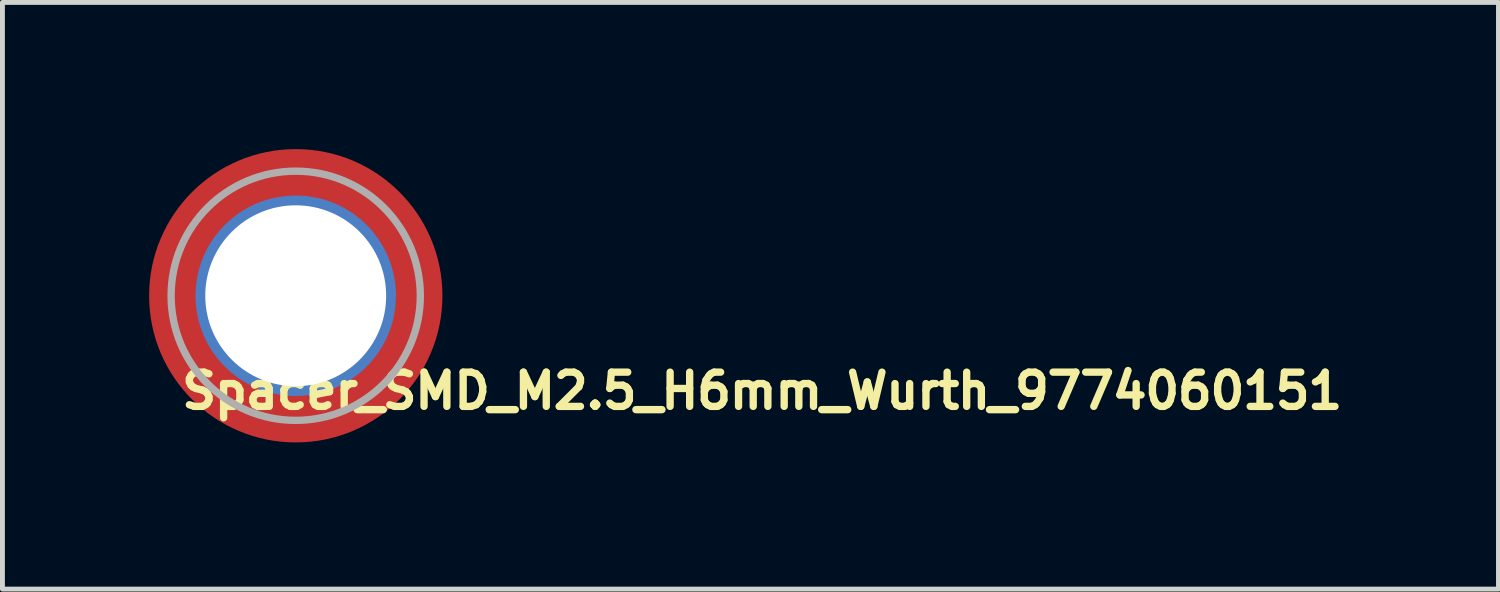
<source format=kicad_pcb>
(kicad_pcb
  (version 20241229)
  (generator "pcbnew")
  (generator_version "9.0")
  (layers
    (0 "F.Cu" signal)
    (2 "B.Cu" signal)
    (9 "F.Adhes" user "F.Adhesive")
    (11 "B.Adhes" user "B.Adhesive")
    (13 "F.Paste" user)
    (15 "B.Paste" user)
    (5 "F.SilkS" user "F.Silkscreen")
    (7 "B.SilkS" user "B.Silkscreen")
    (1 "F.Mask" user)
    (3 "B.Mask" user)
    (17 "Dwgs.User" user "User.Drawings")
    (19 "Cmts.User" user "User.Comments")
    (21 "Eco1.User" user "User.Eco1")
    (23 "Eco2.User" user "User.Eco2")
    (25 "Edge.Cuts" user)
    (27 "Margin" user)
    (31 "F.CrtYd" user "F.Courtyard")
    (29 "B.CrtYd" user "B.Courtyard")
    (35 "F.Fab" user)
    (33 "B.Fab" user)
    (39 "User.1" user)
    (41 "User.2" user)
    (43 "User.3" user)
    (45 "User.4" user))
  (footprint "Spacer_SMD_M2.5_H6mm_Wurth_9774060151"
    (layer "F.Cu")
    (at 3 3)
    (property "Reference" "Spacer_SMD_M2.5_H6mm_Wurth_9774060151" (at -2.408 2.356 180) (layer "F.SilkS") (effects (font (size 0.7 0.7) (thickness 0.15)) (justify left bottom)))
    (attr smd)
    (fp_circle (center 0 0) (end 2.522 0) (stroke (width 0.8) (type solid)) (fill no) (layer "F.Paste"))
    (fp_circle (center -0.001 0) (end 2.548 0) (stroke (width 0.15) (type solid)) (fill no) (layer "F.Fab"))
    (fp_line (start -2.551 0) (end -2.551 0) (stroke (width 0.02) (type solid)) (layer "User.9"))
    (fp_line (start -2.551 0) (end -2.548 -0.133) (stroke (width 0.02) (type solid)) (layer "User.9"))
    (fp_line (start -2.548 -0.133) (end -2.537 -0.262) (stroke (width 0.02) (type solid)) (layer "User.9"))
    (fp_line (start -2.548 0.131) (end -2.551 0) (stroke (width 0.02) (type solid)) (layer "User.9"))
    (fp_line (start -2.537 -0.262) (end -2.521 -0.39) (stroke (width 0.02) (type solid)) (layer "User.9"))
    (fp_line (start -2.537 0.26) (end -2.548 0.131) (stroke (width 0.02) (type solid)) (layer "User.9"))
    (fp_line (start -2.521 -0.39) (end -2.5 -0.515) (stroke (width 0.02) (type solid)) (layer "User.9"))
    (fp_line (start -2.521 0.388) (end -2.537 0.26) (stroke (width 0.02) (type solid)) (layer "User.9"))
    (fp_line (start -2.5 -0.515) (end -2.471 -0.638) (stroke (width 0.02) (type solid)) (layer "User.9"))
    (fp_line (start -2.5 0.513) (end -2.521 0.388) (stroke (width 0.02) (type solid)) (layer "User.9"))
    (fp_line (start -2.471 -0.638) (end -2.436 -0.759) (stroke (width 0.02) (type solid)) (layer "User.9"))
    (fp_line (start -2.471 0.636) (end -2.5 0.513) (stroke (width 0.02) (type solid)) (layer "User.9"))
    (fp_line (start -2.436 -0.759) (end -2.396 -0.877) (stroke (width 0.02) (type solid)) (layer "User.9"))
    (fp_line (start -2.436 0.757) (end -2.471 0.636) (stroke (width 0.02) (type solid)) (layer "User.9"))
    (fp_line (start -2.396 -0.877) (end -2.351 -0.993) (stroke (width 0.02) (type solid)) (layer "User.9"))
    (fp_line (start -2.396 0.875) (end -2.436 0.757) (stroke (width 0.02) (type solid)) (layer "User.9"))
    (fp_line (start -2.351 -0.993) (end -2.3 -1.107) (stroke (width 0.02) (type solid)) (layer "User.9"))
    (fp_line (start -2.351 0.991) (end -2.396 0.875) (stroke (width 0.02) (type solid)) (layer "User.9"))
    (fp_line (start -2.3 -1.107) (end -2.244 -1.216) (stroke (width 0.02) (type solid)) (layer "User.9"))
    (fp_line (start -2.3 1.104) (end -2.351 0.991) (stroke (width 0.02) (type solid)) (layer "User.9"))
    (fp_line (start -2.244 -1.216) (end -2.181 -1.323) (stroke (width 0.02) (type solid)) (layer "User.9"))
    (fp_line (start -2.244 1.215) (end -2.3 1.104) (stroke (width 0.02) (type solid)) (layer "User.9"))
    (fp_line (start -2.181 -1.323) (end -2.115 -1.426) (stroke (width 0.02) (type solid)) (layer "User.9"))
    (fp_line (start -2.181 1.322) (end -2.244 1.215) (stroke (width 0.02) (type solid)) (layer "User.9"))
    (fp_line (start -2.115 -1.426) (end -2.045 -1.526) (stroke (width 0.02) (type solid)) (layer "User.9"))
    (fp_line (start -2.115 1.425) (end -2.181 1.322) (stroke (width 0.02) (type solid)) (layer "User.9"))
    (fp_line (start -2.045 -1.526) (end -1.968 -1.623) (stroke (width 0.02) (type solid)) (layer "User.9"))
    (fp_line (start -2.045 1.525) (end -2.115 1.425) (stroke (width 0.02) (type solid)) (layer "User.9"))
    (fp_line (start -1.968 -1.623) (end -1.888 -1.716) (stroke (width 0.02) (type solid)) (layer "User.9"))
    (fp_line (start -1.968 1.622) (end -2.045 1.525) (stroke (width 0.02) (type solid)) (layer "User.9"))
    (fp_line (start -1.888 -1.716) (end -1.805 -1.805) (stroke (width 0.02) (type solid)) (layer "User.9"))
    (fp_line (start -1.888 1.713) (end -1.968 1.622) (stroke (width 0.02) (type solid)) (layer "User.9"))
    (fp_line (start -1.805 -1.805) (end -1.715 -1.889) (stroke (width 0.02) (type solid)) (layer "User.9"))
    (fp_line (start -1.805 1.802) (end -1.888 1.713) (stroke (width 0.02) (type solid)) (layer "User.9"))
    (fp_line (start -1.715 -1.889) (end -1.623 -1.968) (stroke (width 0.02) (type solid)) (layer "User.9"))
    (fp_line (start -1.715 1.886) (end -1.805 1.802) (stroke (width 0.02) (type solid)) (layer "User.9"))
    (fp_line (start -1.623 -1.968) (end -1.526 -2.044) (stroke (width 0.02) (type solid)) (layer "User.9"))
    (fp_line (start -1.623 1.967) (end -1.715 1.886) (stroke (width 0.02) (type solid)) (layer "User.9"))
    (fp_line (start -1.526 -2.044) (end -1.426 -2.116) (stroke (width 0.02) (type solid)) (layer "User.9"))
    (fp_line (start -1.526 2.043) (end -1.623 1.967) (stroke (width 0.02) (type solid)) (layer "User.9"))
    (fp_line (start -1.426 -2.116) (end -1.324 -2.182) (stroke (width 0.02) (type solid)) (layer "User.9"))
    (fp_line (start -1.426 2.113) (end -1.526 2.043) (stroke (width 0.02) (type solid)) (layer "User.9"))
    (fp_line (start -1.324 -2.182) (end -1.216 -2.243) (stroke (width 0.02) (type solid)) (layer "User.9"))
    (fp_line (start -1.324 2.18) (end -1.426 2.113) (stroke (width 0.02) (type solid)) (layer "User.9"))
    (fp_line (start -1.216 -2.243) (end -1.107 -2.299) (stroke (width 0.02) (type solid)) (layer "User.9"))
    (fp_line (start -1.216 2.241) (end -1.324 2.18) (stroke (width 0.02) (type solid)) (layer "User.9"))
    (fp_line (start -1.107 -2.299) (end -0.994 -2.351) (stroke (width 0.02) (type solid)) (layer "User.9"))
    (fp_line (start -1.107 2.297) (end -1.216 2.241) (stroke (width 0.02) (type solid)) (layer "User.9"))
    (fp_line (start -1.007 0) (end -1.007 0) (stroke (width 0.02) (type solid)) (layer "User.9"))
    (fp_line (start -1.007 0) (end -1.006 -0.053) (stroke (width 0.02) (type solid)) (layer "User.9"))
    (fp_line (start -1.006 -0.053) (end -1.002 -0.104) (stroke (width 0.02) (type solid)) (layer "User.9"))
    (fp_line (start -1.006 0.051) (end -1.007 0) (stroke (width 0.02) (type solid)) (layer "User.9"))
    (fp_line (start -1.002 -0.104) (end -0.995 -0.154) (stroke (width 0.02) (type solid)) (layer "User.9"))
    (fp_line (start -1.002 0.102) (end -1.006 0.051) (stroke (width 0.02) (type solid)) (layer "User.9"))
    (fp_line (start -0.995 -0.154) (end -0.987 -0.204) (stroke (width 0.02) (type solid)) (layer "User.9"))
    (fp_line (start -0.995 0.152) (end -1.002 0.102) (stroke (width 0.02) (type solid)) (layer "User.9"))
    (fp_line (start -0.994 -2.351) (end -0.877 -2.396) (stroke (width 0.02) (type solid)) (layer "User.9"))
    (fp_line (start -0.994 2.349) (end -1.107 2.297) (stroke (width 0.02) (type solid)) (layer "User.9"))
    (fp_line (start -0.987 -0.204) (end -0.975 -0.252) (stroke (width 0.02) (type solid)) (layer "User.9"))
    (fp_line (start -0.987 0.202) (end -0.995 0.152) (stroke (width 0.02) (type solid)) (layer "User.9"))
    (fp_line (start -0.975 -0.252) (end -0.962 -0.3) (stroke (width 0.02) (type solid)) (layer "User.9"))
    (fp_line (start -0.975 0.25) (end -0.987 0.202) (stroke (width 0.02) (type solid)) (layer "User.9"))
    (fp_line (start -0.962 -0.3) (end -0.946 -0.348) (stroke (width 0.02) (type solid)) (layer "User.9"))
    (fp_line (start -0.962 0.298) (end -0.975 0.25) (stroke (width 0.02) (type solid)) (layer "User.9"))
    (fp_line (start -0.946 -0.348) (end -0.929 -0.393) (stroke (width 0.02) (type solid)) (layer "User.9"))
    (fp_line (start -0.946 0.346) (end -0.962 0.298) (stroke (width 0.02) (type solid)) (layer "User.9"))
    (fp_line (start -0.929 -0.393) (end -0.909 -0.437) (stroke (width 0.02) (type solid)) (layer "User.9"))
    (fp_line (start -0.929 0.391) (end -0.946 0.346) (stroke (width 0.02) (type solid)) (layer "User.9"))
    (fp_line (start -0.909 -0.437) (end -0.886 -0.48) (stroke (width 0.02) (type solid)) (layer "User.9"))
    (fp_line (start -0.909 0.435) (end -0.929 0.391) (stroke (width 0.02) (type solid)) (layer "User.9"))
    (fp_line (start -0.886 -0.48) (end -0.861 -0.523) (stroke (width 0.02) (type solid)) (layer "User.9"))
    (fp_line (start -0.886 0.479) (end -0.909 0.435) (stroke (width 0.02) (type solid)) (layer "User.9"))
    (fp_line (start -0.877 -2.396) (end -0.76 -2.436) (stroke (width 0.02) (type solid)) (layer "User.9"))
    (fp_line (start -0.877 2.394) (end -0.994 2.349) (stroke (width 0.02) (type solid)) (layer "User.9"))
    (fp_line (start -0.861 -0.523) (end -0.836 -0.564) (stroke (width 0.02) (type solid)) (layer "User.9"))
    (fp_line (start -0.861 0.521) (end -0.886 0.479) (stroke (width 0.02) (type solid)) (layer "User.9"))
    (fp_line (start -0.836 -0.564) (end -0.808 -0.603) (stroke (width 0.02) (type solid)) (layer "User.9"))
    (fp_line (start -0.836 0.562) (end -0.861 0.521) (stroke (width 0.02) (type solid)) (layer "User.9"))
    (fp_line (start -0.808 -0.603) (end -0.777 -0.642) (stroke (width 0.02) (type solid)) (layer "User.9"))
    (fp_line (start -0.808 0.601) (end -0.836 0.562) (stroke (width 0.02) (type solid)) (layer "User.9"))
    (fp_line (start -0.777 -0.642) (end -0.747 -0.678) (stroke (width 0.02) (type solid)) (layer "User.9"))
    (fp_line (start -0.777 0.64) (end -0.808 0.601) (stroke (width 0.02) (type solid)) (layer "User.9"))
    (fp_line (start -0.76 -2.436) (end -0.639 -2.471) (stroke (width 0.02) (type solid)) (layer "User.9"))
    (fp_line (start -0.76 2.435) (end -0.877 2.394) (stroke (width 0.02) (type solid)) (layer "User.9"))
    (fp_line (start -0.747 -0.678) (end -0.712 -0.712) (stroke (width 0.02) (type solid)) (layer "User.9"))
    (fp_line (start -0.747 0.676) (end -0.777 0.64) (stroke (width 0.02) (type solid)) (layer "User.9"))
    (fp_line (start -0.712 -0.712) (end -0.677 -0.746) (stroke (width 0.02) (type solid)) (layer "User.9"))
    (fp_line (start -0.712 0.71) (end -0.747 0.676) (stroke (width 0.02) (type solid)) (layer "User.9"))
    (fp_line (start -0.677 -0.746) (end -0.642 -0.778) (stroke (width 0.02) (type solid)) (layer "User.9"))
    (fp_line (start -0.677 0.744) (end -0.712 0.71) (stroke (width 0.02) (type solid)) (layer "User.9"))
    (fp_line (start -0.642 -0.778) (end -0.603 -0.808) (stroke (width 0.02) (type solid)) (layer "User.9"))
    (fp_line (start -0.642 0.776) (end -0.677 0.744) (stroke (width 0.02) (type solid)) (layer "User.9"))
    (fp_line (start -0.639 -2.471) (end -0.514 -2.5) (stroke (width 0.02) (type solid)) (layer "User.9"))
    (fp_line (start -0.639 2.468) (end -0.76 2.435) (stroke (width 0.02) (type solid)) (layer "User.9"))
    (fp_line (start -0.603 -0.808) (end -0.563 -0.835) (stroke (width 0.02) (type solid)) (layer "User.9"))
    (fp_line (start -0.603 0.806) (end -0.642 0.776) (stroke (width 0.02) (type solid)) (layer "User.9"))
    (fp_line (start -0.563 -0.835) (end -0.523 -0.861) (stroke (width 0.02) (type solid)) (layer "User.9"))
    (fp_line (start -0.563 0.833) (end -0.603 0.806) (stroke (width 0.02) (type solid)) (layer "User.9"))
    (fp_line (start -0.523 -0.861) (end -0.481 -0.886) (stroke (width 0.02) (type solid)) (layer "User.9"))
    (fp_line (start -0.523 0.859) (end -0.563 0.833) (stroke (width 0.02) (type solid)) (layer "User.9"))
    (fp_line (start -0.514 -2.5) (end -0.389 -2.521) (stroke (width 0.02) (type solid)) (layer "User.9"))
    (fp_line (start -0.514 2.498) (end -0.639 2.468) (stroke (width 0.02) (type solid)) (layer "User.9"))
    (fp_line (start -0.481 -0.886) (end -0.438 -0.909) (stroke (width 0.02) (type solid)) (layer "User.9"))
    (fp_line (start -0.481 0.884) (end -0.523 0.859) (stroke (width 0.02) (type solid)) (layer "User.9"))
    (fp_line (start -0.438 -0.909) (end -0.393 -0.929) (stroke (width 0.02) (type solid)) (layer "User.9"))
    (fp_line (start -0.438 0.907) (end -0.481 0.884) (stroke (width 0.02) (type solid)) (layer "User.9"))
    (fp_line (start -0.393 -0.929) (end -0.348 -0.947) (stroke (width 0.02) (type solid)) (layer "User.9"))
    (fp_line (start -0.393 0.927) (end -0.438 0.907) (stroke (width 0.02) (type solid)) (layer "User.9"))
    (fp_line (start -0.389 -2.521) (end -0.261 -2.537) (stroke (width 0.02) (type solid)) (layer "User.9"))
    (fp_line (start -0.389 2.519) (end -0.514 2.498) (stroke (width 0.02) (type solid)) (layer "User.9"))
    (fp_line (start -0.348 -0.947) (end -0.301 -0.962) (stroke (width 0.02) (type solid)) (layer "User.9"))
    (fp_line (start -0.348 0.945) (end -0.393 0.927) (stroke (width 0.02) (type solid)) (layer "User.9"))
    (fp_line (start -0.301 -0.962) (end -0.252 -0.975) (stroke (width 0.02) (type solid)) (layer "User.9"))
    (fp_line (start -0.301 0.96) (end -0.348 0.945) (stroke (width 0.02) (type solid)) (layer "User.9"))
    (fp_line (start -0.261 -2.537) (end -0.132 -2.548) (stroke (width 0.02) (type solid)) (layer "User.9"))
    (fp_line (start -0.261 2.535) (end -0.389 2.519) (stroke (width 0.02) (type solid)) (layer "User.9"))
    (fp_line (start -0.252 -0.975) (end -0.204 -0.987) (stroke (width 0.02) (type solid)) (layer "User.9"))
    (fp_line (start -0.252 0.973) (end -0.301 0.96) (stroke (width 0.02) (type solid)) (layer "User.9"))
    (fp_line (start -0.204 -0.987) (end -0.155 -0.995) (stroke (width 0.02) (type solid)) (layer "User.9"))
    (fp_line (start -0.204 0.985) (end -0.252 0.973) (stroke (width 0.02) (type solid)) (layer "User.9"))
    (fp_line (start -0.155 -0.995) (end -0.103 -1.002) (stroke (width 0.02) (type solid)) (layer "User.9"))
    (fp_line (start -0.155 0.993) (end -0.204 0.985) (stroke (width 0.02) (type solid)) (layer "User.9"))
    (fp_line (start -0.132 -2.548) (end -0.001 -2.551) (stroke (width 0.02) (type solid)) (layer "User.9"))
    (fp_line (start -0.132 2.546) (end -0.261 2.535) (stroke (width 0.02) (type solid)) (layer "User.9"))
    (fp_line (start -0.103 -1.002) (end -0.052 -1.006) (stroke (width 0.02) (type solid)) (layer "User.9"))
    (fp_line (start -0.103 1.001) (end -0.155 0.993) (stroke (width 0.02) (type solid)) (layer "User.9"))
    (fp_line (start -0.052 -1.006) (end -0.001 -1.008) (stroke (width 0.02) (type solid)) (layer "User.9"))
    (fp_line (start -0.052 1.005) (end -0.103 1.001) (stroke (width 0.02) (type solid)) (layer "User.9"))
    (fp_line (start -0.001 -2.551) (end -0.001 -2.551) (stroke (width 0.02) (type solid)) (layer "User.9"))
    (fp_line (start -0.001 -2.551) (end 0.131 -2.548) (stroke (width 0.02) (type solid)) (layer "User.9"))
    (fp_line (start -0.001 -1.008) (end -0.001 -1.008) (stroke (width 0.02) (type solid)) (layer "User.9"))
    (fp_line (start -0.001 -1.008) (end 0.05 -1.006) (stroke (width 0.02) (type solid)) (layer "User.9"))
    (fp_line (start -0.001 1.005) (end -0.052 1.005) (stroke (width 0.02) (type solid)) (layer "User.9"))
    (fp_line (start -0.001 1.005) (end -0.001 1.005) (stroke (width 0.02) (type solid)) (layer "User.9"))
    (fp_line (start -0.001 2.548) (end -0.132 2.546) (stroke (width 0.02) (type solid)) (layer "User.9"))
    (fp_line (start -0.001 2.548) (end -0.001 2.548) (stroke (width 0.02) (type solid)) (layer "User.9"))
    (fp_line (start 0.05 -1.006) (end 0.102 -1.002) (stroke (width 0.02) (type solid)) (layer "User.9"))
    (fp_line (start 0.05 1.005) (end -0.001 1.005) (stroke (width 0.02) (type solid)) (layer "User.9"))
    (fp_line (start 0.102 -1.002) (end 0.152 -0.995) (stroke (width 0.02) (type solid)) (layer "User.9"))
    (fp_line (start 0.102 1.001) (end 0.05 1.005) (stroke (width 0.02) (type solid)) (layer "User.9"))
    (fp_line (start 0.131 -2.548) (end 0.26 -2.537) (stroke (width 0.02) (type solid)) (layer "User.9"))
    (fp_line (start 0.131 2.546) (end -0.001 2.548) (stroke (width 0.02) (type solid)) (layer "User.9"))
    (fp_line (start 0.152 -0.995) (end 0.202 -0.987) (stroke (width 0.02) (type solid)) (layer "User.9"))
    (fp_line (start 0.152 0.993) (end 0.102 1.001) (stroke (width 0.02) (type solid)) (layer "User.9"))
    (fp_line (start 0.202 -0.987) (end 0.251 -0.975) (stroke (width 0.02) (type solid)) (layer "User.9"))
    (fp_line (start 0.202 0.985) (end 0.152 0.993) (stroke (width 0.02) (type solid)) (layer "User.9"))
    (fp_line (start 0.251 -0.975) (end 0.299 -0.962) (stroke (width 0.02) (type solid)) (layer "User.9"))
    (fp_line (start 0.251 0.973) (end 0.202 0.985) (stroke (width 0.02) (type solid)) (layer "User.9"))
    (fp_line (start 0.26 -2.537) (end 0.388 -2.521) (stroke (width 0.02) (type solid)) (layer "User.9"))
    (fp_line (start 0.26 2.535) (end 0.131 2.546) (stroke (width 0.02) (type solid)) (layer "User.9"))
    (fp_line (start 0.299 -0.962) (end 0.345 -0.947) (stroke (width 0.02) (type solid)) (layer "User.9"))
    (fp_line (start 0.299 0.96) (end 0.251 0.973) (stroke (width 0.02) (type solid)) (layer "User.9"))
    (fp_line (start 0.345 -0.947) (end 0.39 -0.929) (stroke (width 0.02) (type solid)) (layer "User.9"))
    (fp_line (start 0.345 0.945) (end 0.299 0.96) (stroke (width 0.02) (type solid)) (layer "User.9"))
    (fp_line (start 0.388 -2.521) (end 0.512 -2.5) (stroke (width 0.02) (type solid)) (layer "User.9"))
    (fp_line (start 0.388 2.519) (end 0.26 2.535) (stroke (width 0.02) (type solid)) (layer "User.9"))
    (fp_line (start 0.39 -0.929) (end 0.435 -0.909) (stroke (width 0.02) (type solid)) (layer "User.9"))
    (fp_line (start 0.39 0.927) (end 0.345 0.945) (stroke (width 0.02) (type solid)) (layer "User.9"))
    (fp_line (start 0.435 -0.909) (end 0.479 -0.886) (stroke (width 0.02) (type solid)) (layer "User.9"))
    (fp_line (start 0.435 0.907) (end 0.39 0.927) (stroke (width 0.02) (type solid)) (layer "User.9"))
    (fp_line (start 0.479 -0.886) (end 0.52 -0.861) (stroke (width 0.02) (type solid)) (layer "User.9"))
    (fp_line (start 0.479 0.884) (end 0.435 0.907) (stroke (width 0.02) (type solid)) (layer "User.9"))
    (fp_line (start 0.512 -2.5) (end 0.637 -2.471) (stroke (width 0.02) (type solid)) (layer "User.9"))
    (fp_line (start 0.512 2.498) (end 0.388 2.519) (stroke (width 0.02) (type solid)) (layer "User.9"))
    (fp_line (start 0.52 -0.861) (end 0.562 -0.835) (stroke (width 0.02) (type solid)) (layer "User.9"))
    (fp_line (start 0.52 0.859) (end 0.479 0.884) (stroke (width 0.02) (type solid)) (layer "User.9"))
    (fp_line (start 0.562 -0.835) (end 0.602 -0.808) (stroke (width 0.02) (type solid)) (layer "User.9"))
    (fp_line (start 0.562 0.833) (end 0.52 0.859) (stroke (width 0.02) (type solid)) (layer "User.9"))
    (fp_line (start 0.602 -0.808) (end 0.639 -0.778) (stroke (width 0.02) (type solid)) (layer "User.9"))
    (fp_line (start 0.602 0.806) (end 0.562 0.833) (stroke (width 0.02) (type solid)) (layer "User.9"))
    (fp_line (start 0.637 -2.471) (end 0.757 -2.436) (stroke (width 0.02) (type solid)) (layer "User.9"))
    (fp_line (start 0.637 2.468) (end 0.512 2.498) (stroke (width 0.02) (type solid)) (layer "User.9"))
    (fp_line (start 0.639 -0.778) (end 0.675 -0.746) (stroke (width 0.02) (type solid)) (layer "User.9"))
    (fp_line (start 0.639 0.776) (end 0.602 0.806) (stroke (width 0.02) (type solid)) (layer "User.9"))
    (fp_line (start 0.675 -0.746) (end 0.711 -0.712) (stroke (width 0.02) (type solid)) (layer "User.9"))
    (fp_line (start 0.675 0.744) (end 0.639 0.776) (stroke (width 0.02) (type solid)) (layer "User.9"))
    (fp_line (start 0.711 -0.712) (end 0.745 -0.678) (stroke (width 0.02) (type solid)) (layer "User.9"))
    (fp_line (start 0.711 0.71) (end 0.675 0.744) (stroke (width 0.02) (type solid)) (layer "User.9"))
    (fp_line (start 0.745 -0.678) (end 0.776 -0.642) (stroke (width 0.02) (type solid)) (layer "User.9"))
    (fp_line (start 0.745 0.676) (end 0.711 0.71) (stroke (width 0.02) (type solid)) (layer "User.9"))
    (fp_line (start 0.757 -2.436) (end 0.876 -2.396) (stroke (width 0.02) (type solid)) (layer "User.9"))
    (fp_line (start 0.757 2.435) (end 0.637 2.468) (stroke (width 0.02) (type solid)) (layer "User.9"))
    (fp_line (start 0.776 -0.642) (end 0.806 -0.603) (stroke (width 0.02) (type solid)) (layer "User.9"))
    (fp_line (start 0.776 0.64) (end 0.745 0.676) (stroke (width 0.02) (type solid)) (layer "User.9"))
    (fp_line (start 0.806 -0.603) (end 0.834 -0.564) (stroke (width 0.02) (type solid)) (layer "User.9"))
    (fp_line (start 0.806 0.601) (end 0.776 0.64) (stroke (width 0.02) (type solid)) (layer "User.9"))
    (fp_line (start 0.834 -0.564) (end 0.86 -0.523) (stroke (width 0.02) (type solid)) (layer "User.9"))
    (fp_line (start 0.834 0.562) (end 0.806 0.601) (stroke (width 0.02) (type solid)) (layer "User.9"))
    (fp_line (start 0.86 -0.523) (end 0.884 -0.48) (stroke (width 0.02) (type solid)) (layer "User.9"))
    (fp_line (start 0.86 0.521) (end 0.834 0.562) (stroke (width 0.02) (type solid)) (layer "User.9"))
    (fp_line (start 0.876 -2.396) (end 0.991 -2.351) (stroke (width 0.02) (type solid)) (layer "User.9"))
    (fp_line (start 0.876 2.394) (end 0.757 2.435) (stroke (width 0.02) (type solid)) (layer "User.9"))
    (fp_line (start 0.884 -0.48) (end 0.907 -0.437) (stroke (width 0.02) (type solid)) (layer "User.9"))
    (fp_line (start 0.884 0.479) (end 0.86 0.521) (stroke (width 0.02) (type solid)) (layer "User.9"))
    (fp_line (start 0.907 -0.437) (end 0.927 -0.393) (stroke (width 0.02) (type solid)) (layer "User.9"))
    (fp_line (start 0.907 0.435) (end 0.884 0.479) (stroke (width 0.02) (type solid)) (layer "User.9"))
    (fp_line (start 0.927 -0.393) (end 0.945 -0.348) (stroke (width 0.02) (type solid)) (layer "User.9"))
    (fp_line (start 0.927 0.391) (end 0.907 0.435) (stroke (width 0.02) (type solid)) (layer "User.9"))
    (fp_line (start 0.945 -0.348) (end 0.961 -0.3) (stroke (width 0.02) (type solid)) (layer "User.9"))
    (fp_line (start 0.945 0.346) (end 0.927 0.391) (stroke (width 0.02) (type solid)) (layer "User.9"))
    (fp_line (start 0.961 -0.3) (end 0.973 -0.252) (stroke (width 0.02) (type solid)) (layer "User.9"))
    (fp_line (start 0.961 0.298) (end 0.945 0.346) (stroke (width 0.02) (type solid)) (layer "User.9"))
    (fp_line (start 0.973 -0.252) (end 0.985 -0.204) (stroke (width 0.02) (type solid)) (layer "User.9"))
    (fp_line (start 0.973 0.25) (end 0.961 0.298) (stroke (width 0.02) (type solid)) (layer "User.9"))
    (fp_line (start 0.985 -0.204) (end 0.993 -0.154) (stroke (width 0.02) (type solid)) (layer "User.9"))
    (fp_line (start 0.985 0.202) (end 0.973 0.25) (stroke (width 0.02) (type solid)) (layer "User.9"))
    (fp_line (start 0.991 -2.351) (end 1.104 -2.299) (stroke (width 0.02) (type solid)) (layer "User.9"))
    (fp_line (start 0.991 2.349) (end 0.876 2.394) (stroke (width 0.02) (type solid)) (layer "User.9"))
    (fp_line (start 0.993 -0.154) (end 1.001 -0.104) (stroke (width 0.02) (type solid)) (layer "User.9"))
    (fp_line (start 0.993 0.152) (end 0.985 0.202) (stroke (width 0.02) (type solid)) (layer "User.9"))
    (fp_line (start 1.001 -0.104) (end 1.005 -0.053) (stroke (width 0.02) (type solid)) (layer "User.9"))
    (fp_line (start 1.001 0.102) (end 0.993 0.152) (stroke (width 0.02) (type solid)) (layer "User.9"))
    (fp_line (start 1.005 -0.053) (end 1.005 0) (stroke (width 0.02) (type solid)) (layer "User.9"))
    (fp_line (start 1.005 0) (end 1.005 0) (stroke (width 0.02) (type solid)) (layer "User.9"))
    (fp_line (start 1.005 0) (end 1.005 0) (stroke (width 0.02) (type solid)) (layer "User.9"))
    (fp_line (start 1.005 0) (end 1.005 0.051) (stroke (width 0.02) (type solid)) (layer "User.9"))
    (fp_line (start 1.005 0.051) (end 1.001 0.102) (stroke (width 0.02) (type solid)) (layer "User.9"))
    (fp_line (start 1.104 -2.299) (end 1.215 -2.243) (stroke (width 0.02) (type solid)) (layer "User.9"))
    (fp_line (start 1.104 2.297) (end 0.991 2.349) (stroke (width 0.02) (type solid)) (layer "User.9"))
    (fp_line (start 1.215 -2.243) (end 1.322 -2.182) (stroke (width 0.02) (type solid)) (layer "User.9"))
    (fp_line (start 1.215 2.241) (end 1.104 2.297) (stroke (width 0.02) (type solid)) (layer "User.9"))
    (fp_line (start 1.322 -2.182) (end 1.425 -2.116) (stroke (width 0.02) (type solid)) (layer "User.9"))
    (fp_line (start 1.322 2.18) (end 1.215 2.241) (stroke (width 0.02) (type solid)) (layer "User.9"))
    (fp_line (start 1.425 -2.116) (end 1.524 -2.044) (stroke (width 0.02) (type solid)) (layer "User.9"))
    (fp_line (start 1.425 2.113) (end 1.322 2.18) (stroke (width 0.02) (type solid)) (layer "User.9"))
    (fp_line (start 1.524 -2.044) (end 1.621 -1.968) (stroke (width 0.02) (type solid)) (layer "User.9"))
    (fp_line (start 1.524 2.043) (end 1.425 2.113) (stroke (width 0.02) (type solid)) (layer "User.9"))
    (fp_line (start 1.621 -1.968) (end 1.714 -1.889) (stroke (width 0.02) (type solid)) (layer "User.9"))
    (fp_line (start 1.621 1.967) (end 1.524 2.043) (stroke (width 0.02) (type solid)) (layer "User.9"))
    (fp_line (start 1.714 -1.889) (end 1.803 -1.805) (stroke (width 0.02) (type solid)) (layer "User.9"))
    (fp_line (start 1.714 1.886) (end 1.621 1.967) (stroke (width 0.02) (type solid)) (layer "User.9"))
    (fp_line (start 1.803 -1.805) (end 1.886 -1.716) (stroke (width 0.02) (type solid)) (layer "User.9"))
    (fp_line (start 1.803 1.802) (end 1.714 1.886) (stroke (width 0.02) (type solid)) (layer "User.9"))
    (fp_line (start 1.886 -1.716) (end 1.966 -1.623) (stroke (width 0.02) (type solid)) (layer "User.9"))
    (fp_line (start 1.886 1.713) (end 1.803 1.802) (stroke (width 0.02) (type solid)) (layer "User.9"))
    (fp_line (start 1.966 -1.623) (end 2.043 -1.526) (stroke (width 0.02) (type solid)) (layer "User.9"))
    (fp_line (start 1.966 1.622) (end 1.886 1.713) (stroke (width 0.02) (type solid)) (layer "User.9"))
    (fp_line (start 2.043 -1.526) (end 2.114 -1.426) (stroke (width 0.02) (type solid)) (layer "User.9"))
    (fp_line (start 2.043 1.525) (end 1.966 1.622) (stroke (width 0.02) (type solid)) (layer "User.9"))
    (fp_line (start 2.114 -1.426) (end 2.18 -1.323) (stroke (width 0.02) (type solid)) (layer "User.9"))
    (fp_line (start 2.114 1.425) (end 2.043 1.525) (stroke (width 0.02) (type solid)) (layer "User.9"))
    (fp_line (start 2.18 -1.323) (end 2.242 -1.216) (stroke (width 0.02) (type solid)) (layer "User.9"))
    (fp_line (start 2.18 1.322) (end 2.114 1.425) (stroke (width 0.02) (type solid)) (layer "User.9"))
    (fp_line (start 2.242 -1.216) (end 2.298 -1.107) (stroke (width 0.02) (type solid)) (layer "User.9"))
    (fp_line (start 2.242 1.215) (end 2.18 1.322) (stroke (width 0.02) (type solid)) (layer "User.9"))
    (fp_line (start 2.298 -1.107) (end 2.349 -0.993) (stroke (width 0.02) (type solid)) (layer "User.9"))
    (fp_line (start 2.298 1.104) (end 2.242 1.215) (stroke (width 0.02) (type solid)) (layer "User.9"))
    (fp_line (start 2.349 -0.993) (end 2.395 -0.877) (stroke (width 0.02) (type solid)) (layer "User.9"))
    (fp_line (start 2.349 0.991) (end 2.298 1.104) (stroke (width 0.02) (type solid)) (layer "User.9"))
    (fp_line (start 2.395 -0.877) (end 2.435 -0.759) (stroke (width 0.02) (type solid)) (layer "User.9"))
    (fp_line (start 2.395 0.875) (end 2.349 0.991) (stroke (width 0.02) (type solid)) (layer "User.9"))
    (fp_line (start 2.435 -0.759) (end 2.468 -0.638) (stroke (width 0.02) (type solid)) (layer "User.9"))
    (fp_line (start 2.435 0.757) (end 2.395 0.875) (stroke (width 0.02) (type solid)) (layer "User.9"))
    (fp_line (start 2.468 -0.638) (end 2.497 -0.515) (stroke (width 0.02) (type solid)) (layer "User.9"))
    (fp_line (start 2.468 0.636) (end 2.435 0.757) (stroke (width 0.02) (type solid)) (layer "User.9"))
    (fp_line (start 2.497 -0.515) (end 2.519 -0.39) (stroke (width 0.02) (type solid)) (layer "User.9"))
    (fp_line (start 2.497 0.513) (end 2.468 0.636) (stroke (width 0.02) (type solid)) (layer "User.9"))
    (fp_line (start 2.519 -0.39) (end 2.535 -0.262) (stroke (width 0.02) (type solid)) (layer "User.9"))
    (fp_line (start 2.519 0.388) (end 2.497 0.513) (stroke (width 0.02) (type solid)) (layer "User.9"))
    (fp_line (start 2.535 -0.262) (end 2.545 -0.133) (stroke (width 0.02) (type solid)) (layer "User.9"))
    (fp_line (start 2.535 0.26) (end 2.519 0.388) (stroke (width 0.02) (type solid)) (layer "User.9"))
    (fp_line (start 2.545 -0.133) (end 2.548 0) (stroke (width 0.02) (type solid)) (layer "User.9"))
    (fp_line (start 2.545 0.131) (end 2.535 0.26) (stroke (width 0.02) (type solid)) (layer "User.9"))
    (fp_line (start 2.548 0) (end 2.545 0.131) (stroke (width 0.02) (type solid)) (layer "User.9"))
    (fp_line (start 2.548 0) (end 2.548 0) (stroke (width 0.02) (type solid)) (layer "User.9"))
    (fp_line (start 2.548 0) (end 2.548 0) (stroke (width 0.02) (type solid)) (layer "User.9"))
    (pad "1" thru_hole circle (at -0.001 0 180) (size 4.1 4.1) (drill 3.7) (layers "*.Cu" "*.Mask"))
    (pad "1" smd circle (at 0 0 180) (size 6 6) (layers "F.Cu" "F.Mask")))
  (gr_rect
    (start -3 -3)
    (end 27.602 9)
    (stroke (width 0.1) (type default))
    (fill no)
    (layer "Edge.Cuts")))
</source>
